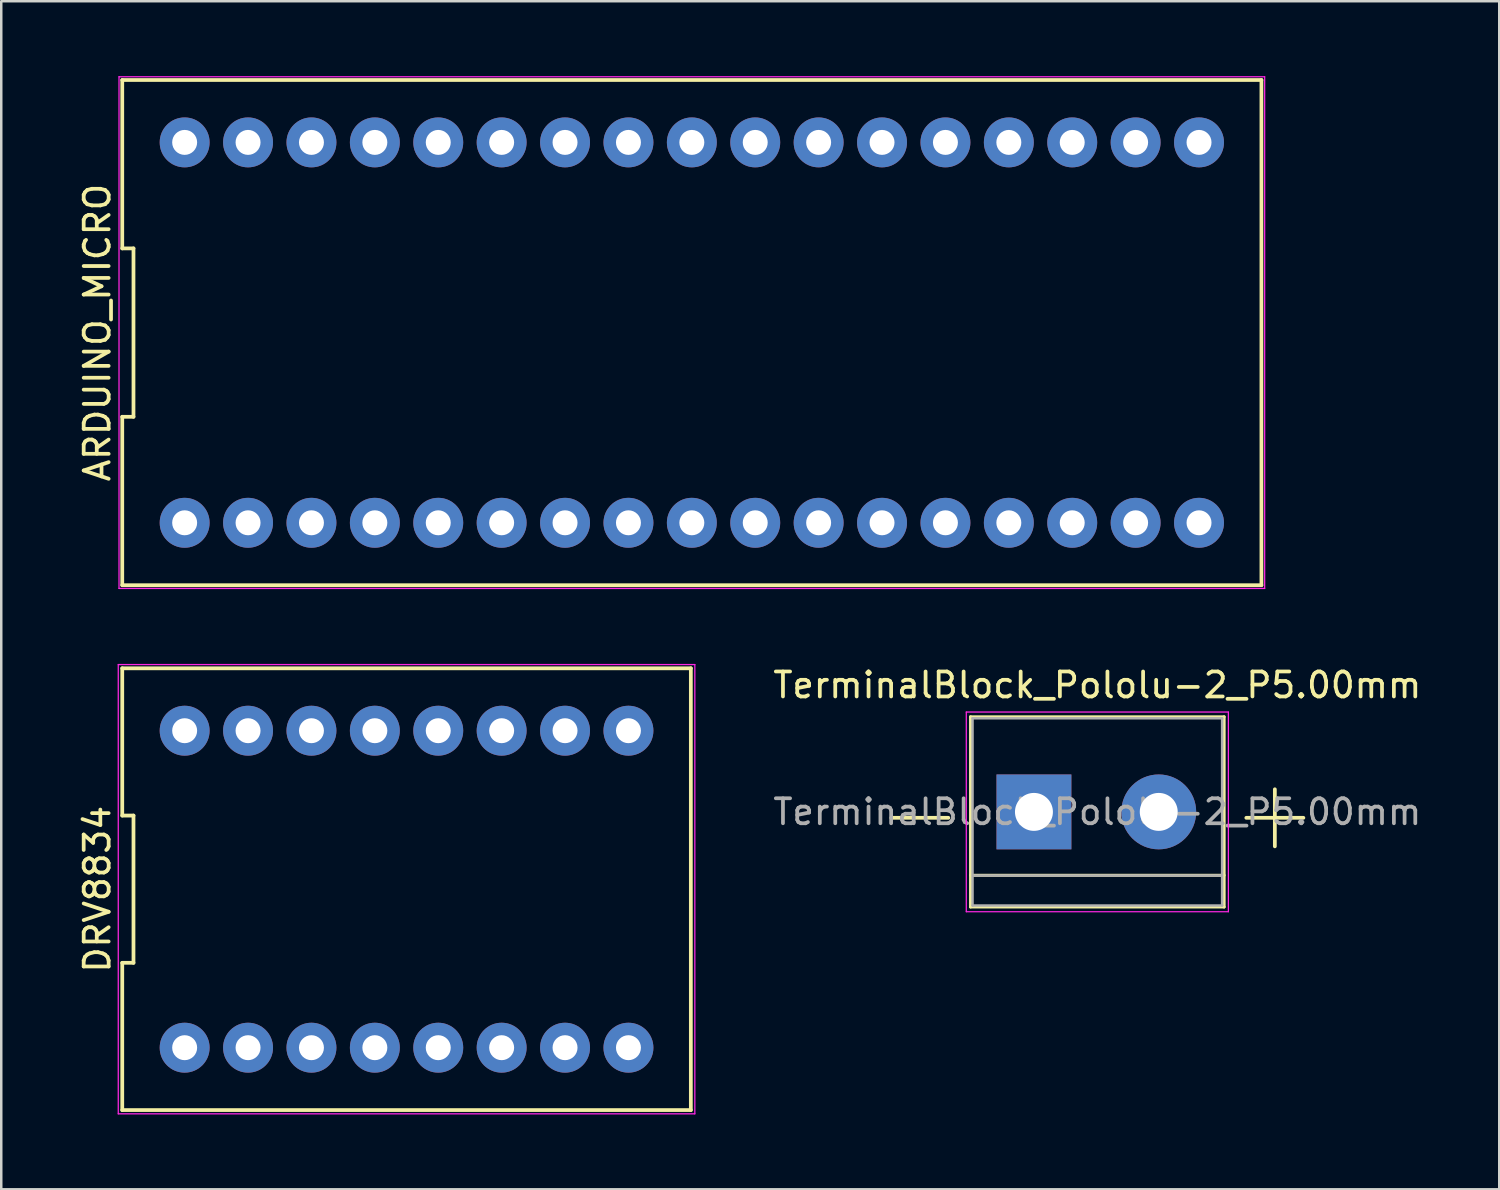
<source format=kicad_pcb>
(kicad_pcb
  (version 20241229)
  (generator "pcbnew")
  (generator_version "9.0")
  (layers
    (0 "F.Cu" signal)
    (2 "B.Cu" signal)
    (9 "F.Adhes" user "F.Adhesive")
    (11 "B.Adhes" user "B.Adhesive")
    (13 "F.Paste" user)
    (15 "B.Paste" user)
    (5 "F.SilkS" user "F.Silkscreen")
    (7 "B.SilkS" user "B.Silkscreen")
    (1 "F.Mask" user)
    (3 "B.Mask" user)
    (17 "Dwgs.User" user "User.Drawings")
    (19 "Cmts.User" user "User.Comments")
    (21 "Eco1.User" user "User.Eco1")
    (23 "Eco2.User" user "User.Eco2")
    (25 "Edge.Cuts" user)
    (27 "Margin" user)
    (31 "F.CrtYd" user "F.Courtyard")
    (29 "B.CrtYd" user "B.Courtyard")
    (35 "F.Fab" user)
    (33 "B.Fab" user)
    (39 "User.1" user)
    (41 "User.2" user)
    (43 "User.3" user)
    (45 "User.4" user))
  (footprint "DRV8834"
    (layer "F.Cu")
    (at 13.238 32.575)
    (property "Reference" "DRV8834" (at -12.39 0 90) (layer "F.SilkS") (effects (font (size 1 1) (thickness 0.15))))
    (attr through_hole)
    (fp_line (start -11.39 -8.85) (end -11.39 -2.95) (stroke (width 0.15) (type solid)) (layer "F.SilkS"))
    (fp_line (start -11.39 -2.95) (end -10.94 -2.95) (stroke (width 0.15) (type solid)) (layer "F.SilkS"))
    (fp_line (start -11.39 2.95) (end -11.39 8.85) (stroke (width 0.15) (type solid)) (layer "F.SilkS"))
    (fp_line (start -11.39 8.85) (end 11.39 8.85) (stroke (width 0.15) (type solid)) (layer "F.SilkS"))
    (fp_line (start -10.94 -2.95) (end -10.94 2.95) (stroke (width 0.15) (type solid)) (layer "F.SilkS"))
    (fp_line (start -10.94 2.95) (end -11.39 2.95) (stroke (width 0.15) (type solid)) (layer "F.SilkS"))
    (fp_line (start 11.39 -8.85) (end -11.39 -8.85) (stroke (width 0.15) (type solid)) (layer "F.SilkS"))
    (fp_line (start 11.39 8.85) (end 11.39 -8.85) (stroke (width 0.15) (type solid)) (layer "F.SilkS"))
    (fp_line (start -11.55 -9) (end 11.55 -9) (stroke (width 0.05) (type solid)) (layer "F.CrtYd"))
    (fp_line (start -11.55 9) (end -11.55 -9) (stroke (width 0.05) (type solid)) (layer "F.CrtYd"))
    (fp_line (start 11.55 -9) (end 11.55 9) (stroke (width 0.05) (type solid)) (layer "F.CrtYd"))
    (fp_line (start 11.55 9) (end -11.55 9) (stroke (width 0.05) (type solid)) (layer "F.CrtYd"))
    (pad "1" thru_hole circle (at -8.89 6.35) (size 2 2) (drill 1) (layers "*.Cu" "*.Mask"))
    (pad "2" thru_hole circle (at -6.35 6.35) (size 2 2) (drill 1) (layers "*.Cu" "*.Mask"))
    (pad "3" thru_hole circle (at -3.81 6.35) (size 2 2) (drill 1) (layers "*.Cu" "*.Mask"))
    (pad "4" thru_hole circle (at -1.27 6.35) (size 2 2) (drill 1) (layers "*.Cu" "*.Mask"))
    (pad "5" thru_hole circle (at 1.27 6.35) (size 2 2) (drill 1) (layers "*.Cu" "*.Mask"))
    (pad "6" thru_hole circle (at 3.81 6.35) (size 2 2) (drill 1) (layers "*.Cu" "*.Mask"))
    (pad "7" thru_hole circle (at 6.35 6.35) (size 2 2) (drill 1) (layers "*.Cu" "*.Mask"))
    (pad "8" thru_hole circle (at 8.89 6.35) (size 2 2) (drill 1) (layers "*.Cu" "*.Mask"))
    (pad "9" thru_hole circle (at 8.89 -6.35) (size 2 2) (drill 1) (layers "*.Cu" "*.Mask"))
    (pad "10" thru_hole circle (at 6.35 -6.35) (size 2 2) (drill 1) (layers "*.Cu" "*.Mask"))
    (pad "11" thru_hole circle (at 3.81 -6.35) (size 2 2) (drill 1) (layers "*.Cu" "*.Mask"))
    (pad "12" thru_hole circle (at 1.27 -6.35) (size 2 2) (drill 1) (layers "*.Cu" "*.Mask"))
    (pad "13" thru_hole circle (at -1.27 -6.35) (size 2 2) (drill 1) (layers "*.Cu" "*.Mask"))
    (pad "14" thru_hole circle (at -3.81 -6.35) (size 2 2) (drill 1) (layers "*.Cu" "*.Mask"))
    (pad "15" thru_hole circle (at -6.35 -6.35) (size 2 2) (drill 1) (layers "*.Cu" "*.Mask"))
    (pad "16" thru_hole circle (at -8.89 -6.35) (size 2 2) (drill 1) (layers "*.Cu" "*.Mask")))
  (footprint "TerminalBlock_Pololu-2_P5.00mm"
    (layer "F.Cu")
    (at 38.374 29.478)
    (property "Reference" "TerminalBlock_Pololu-2_P5.00mm" (at 2.54 -5.08 0) (layer "F.SilkS") (effects (font (size 1 1) (thickness 0.15))))
    (attr through_hole)
    (fp_line (start -2.54 -3.81) (end -2.54 3.81) (stroke (width 0.12) (type solid)) (layer "F.SilkS"))
    (fp_line (start -2.54 3.81) (end 7.62 3.81) (stroke (width 0.12) (type solid)) (layer "F.SilkS"))
    (fp_line (start 7.62 -3.81) (end -2.54 -3.81) (stroke (width 0.12) (type solid)) (layer "F.SilkS"))
    (fp_line (start 7.62 2.54) (end -2.54 2.54) (stroke (width 0.12) (type solid)) (layer "F.SilkS"))
    (fp_line (start 7.62 3.81) (end 7.62 -3.81) (stroke (width 0.12) (type solid)) (layer "F.SilkS"))
    (fp_line (start -2.71 -4) (end -2.71 4) (stroke (width 0.05) (type solid)) (layer "F.CrtYd"))
    (fp_line (start -2.71 -4) (end 7.79 -4) (stroke (width 0.05) (type solid)) (layer "F.CrtYd"))
    (fp_line (start 7.79 4) (end -2.71 4) (stroke (width 0.05) (type solid)) (layer "F.CrtYd"))
    (fp_line (start 7.79 4) (end 7.79 -4) (stroke (width 0.05) (type solid)) (layer "F.CrtYd"))
    (fp_line (start -2.46 -3.75) (end -2.46 3.75) (stroke (width 0.1) (type solid)) (layer "F.Fab"))
    (fp_line (start -2.46 3.75) (end 7.54 3.75) (stroke (width 0.1) (type solid)) (layer "F.Fab"))
    (fp_line (start -2.41 2.55) (end 7.49 2.55) (stroke (width 0.1) (type solid)) (layer "F.Fab"))
    (fp_line (start 7.54 -3.75) (end -2.46 -3.75) (stroke (width 0.1) (type solid)) (layer "F.Fab"))
    (fp_line (start 7.54 3.75) (end 7.54 -3.75) (stroke (width 0.1) (type solid)) (layer "F.Fab"))
    (fp_text user "+" (at 9.652 0 0) (layer "F.SilkS") (effects (font (size 3 3) (thickness 0.15))))
    (fp_text user "-" (at -4.572 0 0) (layer "F.SilkS") (effects (font (size 3 3) (thickness 0.15))))
    (fp_text user "${REFERENCE}" (at 2.54 0 0) (layer "F.Fab") (effects (font (size 1 1) (thickness 0.15))))
    (pad "1" thru_hole rect (at 0 0) (size 3 3) (drill 1.52) (layers "*.Cu" "*.Mask"))
    (pad "2" thru_hole circle (at 5 0) (size 3 3) (drill 1.52) (layers "*.Cu" "*.Mask")))
  (footprint "ARDUINO_MICRO"
    (layer "F.Cu")
    (at 24.668 10.275)
    (property "Reference" "ARDUINO_MICRO" (at -23.82 0 90) (layer "F.SilkS") (effects (font (size 1 1) (thickness 0.15))))
    (attr through_hole)
    (fp_line (start -22.82 -10.12) (end -22.82 -3.373) (stroke (width 0.15) (type solid)) (layer "F.SilkS"))
    (fp_line (start -22.82 -3.373) (end -22.37 -3.373) (stroke (width 0.15) (type solid)) (layer "F.SilkS"))
    (fp_line (start -22.82 3.373) (end -22.82 10.12) (stroke (width 0.15) (type solid)) (layer "F.SilkS"))
    (fp_line (start -22.82 10.12) (end 22.82 10.12) (stroke (width 0.15) (type solid)) (layer "F.SilkS"))
    (fp_line (start -22.37 -3.373) (end -22.37 3.373) (stroke (width 0.15) (type solid)) (layer "F.SilkS"))
    (fp_line (start -22.37 3.373) (end -22.82 3.373) (stroke (width 0.15) (type solid)) (layer "F.SilkS"))
    (fp_line (start 22.82 -10.12) (end -22.82 -10.12) (stroke (width 0.15) (type solid)) (layer "F.SilkS"))
    (fp_line (start 22.82 10.12) (end 22.82 -10.12) (stroke (width 0.15) (type solid)) (layer "F.SilkS"))
    (fp_line (start -22.95 -10.25) (end 22.95 -10.25) (stroke (width 0.05) (type solid)) (layer "F.CrtYd"))
    (fp_line (start -22.95 10.25) (end -22.95 -10.25) (stroke (width 0.05) (type solid)) (layer "F.CrtYd"))
    (fp_line (start 22.95 -10.25) (end 22.95 10.25) (stroke (width 0.05) (type solid)) (layer "F.CrtYd"))
    (fp_line (start 22.95 10.25) (end -22.95 10.25) (stroke (width 0.05) (type solid)) (layer "F.CrtYd"))
    (pad "1" thru_hole circle (at -20.32 7.62) (size 2 2) (drill 1) (layers "*.Cu" "*.Mask"))
    (pad "2" thru_hole circle (at -17.78 7.62) (size 2 2) (drill 1) (layers "*.Cu" "*.Mask"))
    (pad "3" thru_hole circle (at -15.24 7.62) (size 2 2) (drill 1) (layers "*.Cu" "*.Mask"))
    (pad "4" thru_hole circle (at -12.7 7.62) (size 2 2) (drill 1) (layers "*.Cu" "*.Mask"))
    (pad "5" thru_hole circle (at -10.16 7.62) (size 2 2) (drill 1) (layers "*.Cu" "*.Mask"))
    (pad "6" thru_hole circle (at -7.62 7.62) (size 2 2) (drill 1) (layers "*.Cu" "*.Mask"))
    (pad "7" thru_hole circle (at -5.08 7.62) (size 2 2) (drill 1) (layers "*.Cu" "*.Mask"))
    (pad "8" thru_hole circle (at -2.54 7.62) (size 2 2) (drill 1) (layers "*.Cu" "*.Mask"))
    (pad "9" thru_hole circle (at 0 7.62) (size 2 2) (drill 1) (layers "*.Cu" "*.Mask"))
    (pad "10" thru_hole circle (at 2.54 7.62) (size 2 2) (drill 1) (layers "*.Cu" "*.Mask"))
    (pad "11" thru_hole circle (at 5.08 7.62) (size 2 2) (drill 1) (layers "*.Cu" "*.Mask"))
    (pad "12" thru_hole circle (at 7.62 7.62) (size 2 2) (drill 1) (layers "*.Cu" "*.Mask"))
    (pad "13" thru_hole circle (at 10.16 7.62) (size 2 2) (drill 1) (layers "*.Cu" "*.Mask"))
    (pad "14" thru_hole circle (at 12.7 7.62) (size 2 2) (drill 1) (layers "*.Cu" "*.Mask"))
    (pad "15" thru_hole circle (at 15.24 7.62) (size 2 2) (drill 1) (layers "*.Cu" "*.Mask"))
    (pad "16" thru_hole circle (at 17.78 7.62) (size 2 2) (drill 1) (layers "*.Cu" "*.Mask"))
    (pad "17" thru_hole circle (at 20.32 7.62) (size 2 2) (drill 1) (layers "*.Cu" "*.Mask"))
    (pad "18" thru_hole circle (at 20.32 -7.62) (size 2 2) (drill 1) (layers "*.Cu" "*.Mask"))
    (pad "19" thru_hole circle (at 17.78 -7.62) (size 2 2) (drill 1) (layers "*.Cu" "*.Mask"))
    (pad "20" thru_hole circle (at 15.24 -7.62) (size 2 2) (drill 1) (layers "*.Cu" "*.Mask"))
    (pad "21" thru_hole circle (at 12.7 -7.62) (size 2 2) (drill 1) (layers "*.Cu" "*.Mask"))
    (pad "22" thru_hole circle (at 10.16 -7.62) (size 2 2) (drill 1) (layers "*.Cu" "*.Mask"))
    (pad "23" thru_hole circle (at 7.62 -7.62) (size 2 2) (drill 1) (layers "*.Cu" "*.Mask"))
    (pad "24" thru_hole circle (at 5.08 -7.62) (size 2 2) (drill 1) (layers "*.Cu" "*.Mask"))
    (pad "25" thru_hole circle (at 2.54 -7.62) (size 2 2) (drill 1) (layers "*.Cu" "*.Mask"))
    (pad "26" thru_hole circle (at 0 -7.62) (size 2 2) (drill 1) (layers "*.Cu" "*.Mask"))
    (pad "27" thru_hole circle (at -2.54 -7.62) (size 2 2) (drill 1) (layers "*.Cu" "*.Mask"))
    (pad "28" thru_hole circle (at -5.08 -7.62) (size 2 2) (drill 1) (layers "*.Cu" "*.Mask"))
    (pad "29" thru_hole circle (at -7.62 -7.62) (size 2 2) (drill 1) (layers "*.Cu" "*.Mask"))
    (pad "30" thru_hole circle (at -10.16 -7.62) (size 2 2) (drill 1) (layers "*.Cu" "*.Mask"))
    (pad "31" thru_hole circle (at -12.7 -7.62) (size 2 2) (drill 1) (layers "*.Cu" "*.Mask"))
    (pad "32" thru_hole circle (at -15.24 -7.62) (size 2 2) (drill 1) (layers "*.Cu" "*.Mask"))
    (pad "33" thru_hole circle (at -17.78 -7.62) (size 2 2) (drill 1) (layers "*.Cu" "*.Mask"))
    (pad "34" thru_hole circle (at -20.32 -7.62) (size 2 2) (drill 1) (layers "*.Cu" "*.Mask")))
  (gr_rect
    (start -3 -3)
    (end 57.016 44.6)
    (stroke (width 0.1) (type default))
    (fill no)
    (layer "Edge.Cuts")))
</source>
